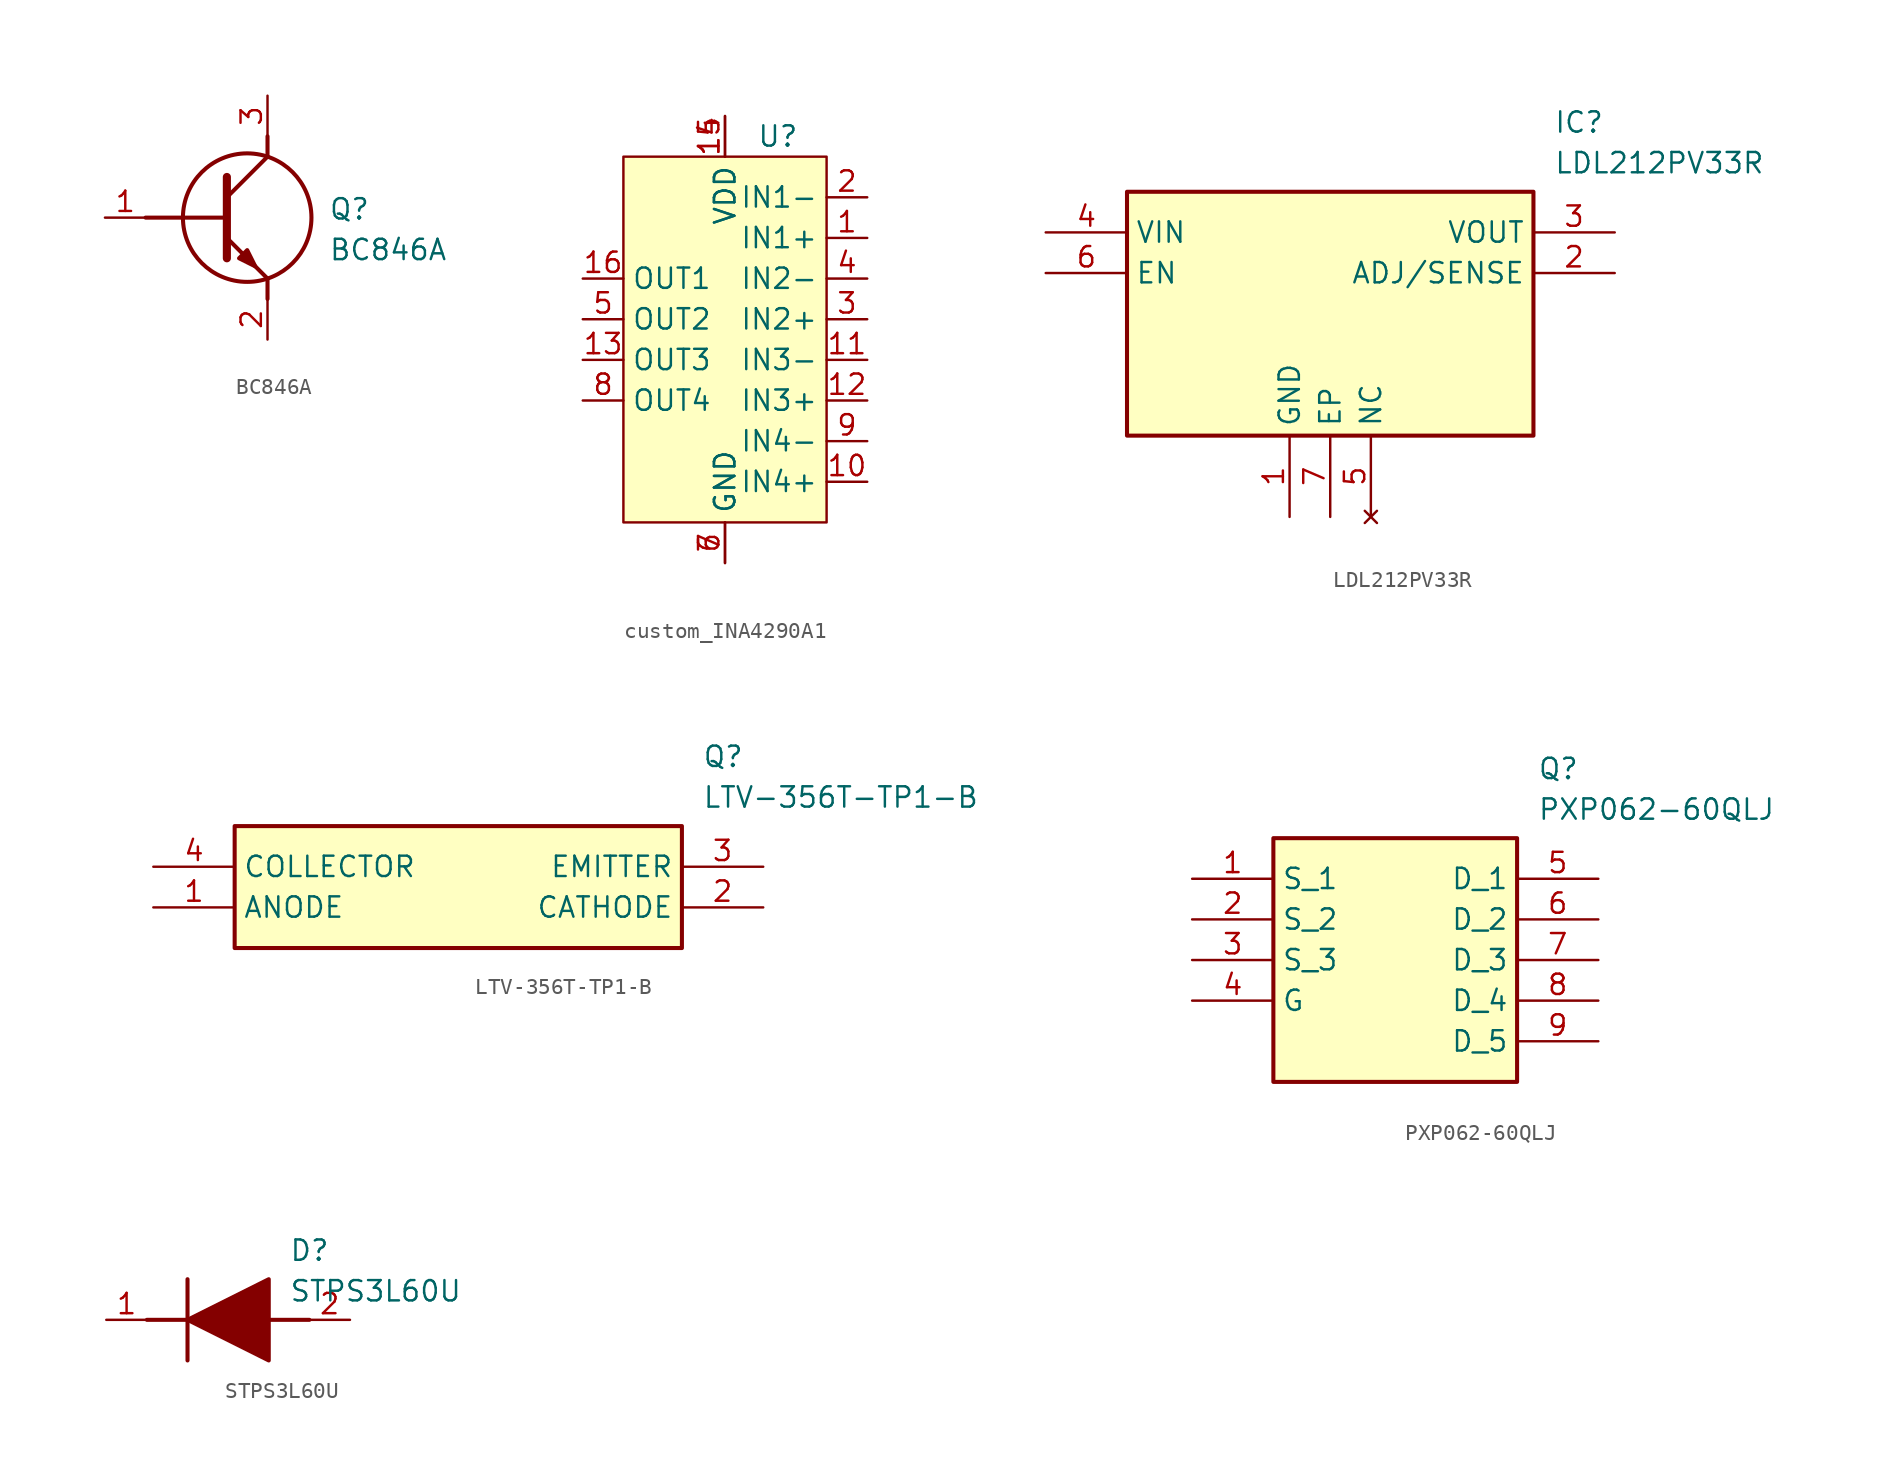
<source format=kicad_sym>
(kicad_symbol_lib
  (version 20241209)
  (generator "kicad_symbol_editor")
  (generator_version "9.0")
  (symbol "BC846A"
    (pin_names
      (hide yes))
    (property "Reference" "Q"
      (at 13.97 1.27 0)
      (effects (font (size 1.27 1.27)) (justify left top)))
    (property "Value" "BC846A"
      (at 13.97 -1.27 0)
      (effects (font (size 1.27 1.27)) (justify left top)))
    (symbol "BC846A_1_1"
      (polyline (pts (xy 2.54 0) (xy 7.62 0)) (stroke (width 0.254) (type default)) (fill (type none)))
      (polyline (pts (xy 7.62 2.54) (xy 7.62 -2.54)) (stroke (width 0.508) (type default)) (fill (type none)))
      (polyline (pts (xy 7.62 1.27) (xy 10.16 3.81)) (stroke (width 0.254) (type default)) (fill (type none)))
      (polyline (pts (xy 7.62 -1.27) (xy 10.16 -3.81)) (stroke (width 0.254) (type default)) (fill (type none)))
      (polyline (pts (xy 8.382 -2.54) (xy 8.89 -2.032) (xy 9.398 -3.048) (xy 8.382 -2.54)) (stroke (width 0.254) (type default)) (fill (type outline)))
      (circle (center 8.89 0) (radius 4.016) (stroke (width 0.254) (type default)) (fill (type none)))
      (polyline (pts (xy 10.16 3.81) (xy 10.16 5.08)) (stroke (width 0.254) (type default)) (fill (type none)))
      (polyline (pts (xy 10.16 -3.81) (xy 10.16 -5.08)) (stroke (width 0.254) (type default)) (fill (type none)))
      (pin passive line (at 0 0 0) (length 2.54) (name "B" (effects (font (size 1.27 1.27)))) (number "1" (effects (font (size 1.27 1.27)))))
      (pin passive line (at 10.16 7.62 270) (length 2.54) (name "C" (effects (font (size 1.27 1.27)))) (number "3" (effects (font (size 1.27 1.27)))))
      (pin passive line (at 10.16 -7.62 90) (length 2.54) (name "E" (effects (font (size 1.27 1.27)))) (number "2" (effects (font (size 1.27 1.27)))))))
  (symbol "custom_INA4290A1"
    (property "Reference" "U"
      (at 3.302 12.7 0)
      (effects (font (size 1.27 1.27))))
    (property "Value" ""
      (at 0 0 0)
      (effects (font (size 1.27 1.27))))
    (symbol "custom_INA4290A1_1_1"
      (rectangle (start -6.35 11.43) (end 6.35 -11.43) (stroke (width 0) (type solid)) (fill (type background)))
      (pin passive line (at -8.89 3.81 0) (length 2.54) (name "OUT1" (effects (font (size 1.27 1.27)))) (number "16" (effects (font (size 1.27 1.27)))))
      (pin passive line (at -8.89 1.27 0) (length 2.54) (name "OUT2" (effects (font (size 1.27 1.27)))) (number "5" (effects (font (size 1.27 1.27)))))
      (pin passive line (at -8.89 -1.27 0) (length 2.54) (name "OUT3" (effects (font (size 1.27 1.27)))) (number "13" (effects (font (size 1.27 1.27)))))
      (pin passive line (at -8.89 -3.81 0) (length 2.54) (name "OUT4" (effects (font (size 1.27 1.27)))) (number "8" (effects (font (size 1.27 1.27)))))
      (pin passive line (at 0 13.97 270) (length 2.54) (name "VDD" (effects (font (size 1.27 1.27)))) (number "14" (effects (font (size 1.27 1.27)))))
      (pin passive line (at 0 13.97 270) (length 2.54) (name "VDD" (effects (font (size 1.27 1.27)))) (number "15" (effects (font (size 1.27 1.27)))))
      (pin passive line (at 0 -13.97 90) (length 2.54) (name "GND" (effects (font (size 1.27 1.27)))) (number "6" (effects (font (size 1.27 1.27)))))
      (pin passive line (at 0 -13.97 90) (length 2.54) (name "GND" (effects (font (size 1.27 1.27)))) (number "7" (effects (font (size 1.27 1.27)))))
      (pin passive line (at 8.89 8.89 180) (length 2.54) (name "IN1-" (effects (font (size 1.27 1.27)))) (number "2" (effects (font (size 1.27 1.27)))))
      (pin passive line (at 8.89 6.35 180) (length 2.54) (name "IN1+" (effects (font (size 1.27 1.27)))) (number "1" (effects (font (size 1.27 1.27)))))
      (pin passive line (at 8.89 3.81 180) (length 2.54) (name "IN2-" (effects (font (size 1.27 1.27)))) (number "4" (effects (font (size 1.27 1.27)))))
      (pin passive line (at 8.89 1.27 180) (length 2.54) (name "IN2+" (effects (font (size 1.27 1.27)))) (number "3" (effects (font (size 1.27 1.27)))))
      (pin passive line (at 8.89 -1.27 180) (length 2.54) (name "IN3-" (effects (font (size 1.27 1.27)))) (number "11" (effects (font (size 1.27 1.27)))))
      (pin passive line (at 8.89 -3.81 180) (length 2.54) (name "IN3+" (effects (font (size 1.27 1.27)))) (number "12" (effects (font (size 1.27 1.27)))))
      (pin passive line (at 8.89 -6.35 180) (length 2.54) (name "IN4-" (effects (font (size 1.27 1.27)))) (number "9" (effects (font (size 1.27 1.27)))))
      (pin passive line (at 8.89 -8.89 180) (length 2.54) (name "IN4+" (effects (font (size 1.27 1.27)))) (number "10" (effects (font (size 1.27 1.27)))))))
  (symbol "LDL212PV33R"
    (property "Reference" "IC"
      (at 31.75 7.62 0)
      (effects (font (size 1.27 1.27)) (justify left top)))
    (property "Value" "LDL212PV33R"
      (at 31.75 5.08 0)
      (effects (font (size 1.27 1.27)) (justify left top)))
    (symbol "LDL212PV33R_1_1"
      (rectangle (start 5.08 2.54) (end 30.48 -12.7) (stroke (width 0.254) (type default)) (fill (type background)))
      (pin passive line (at 0 0 0) (length 5.08) (name "VIN" (effects (font (size 1.27 1.27)))) (number "4" (effects (font (size 1.27 1.27)))))
      (pin passive line (at 0 -2.54 0) (length 5.08) (name "EN" (effects (font (size 1.27 1.27)))) (number "6" (effects (font (size 1.27 1.27)))))
      (pin passive line (at 15.24 -17.78 90) (length 5.08) (name "GND" (effects (font (size 1.27 1.27)))) (number "1" (effects (font (size 1.27 1.27)))))
      (pin passive line (at 17.78 -17.78 90) (length 5.08) (name "EP" (effects (font (size 1.27 1.27)))) (number "7" (effects (font (size 1.27 1.27)))))
      (pin no_connect line (at 20.32 -17.78 90) (length 5.08) (name "NC" (effects (font (size 1.27 1.27)))) (number "5" (effects (font (size 1.27 1.27)))))
      (pin passive line (at 35.56 0 180) (length 5.08) (name "VOUT" (effects (font (size 1.27 1.27)))) (number "3" (effects (font (size 1.27 1.27)))))
      (pin passive line (at 35.56 -2.54 180) (length 5.08) (name "ADJ/SENSE" (effects (font (size 1.27 1.27)))) (number "2" (effects (font (size 1.27 1.27)))))))
  (symbol "LTV-356T-TP1-B"
    (property "Reference" "Q"
      (at 34.29 7.62 0)
      (effects (font (size 1.27 1.27)) (justify left top)))
    (property "Value" "LTV-356T-TP1-B"
      (at 34.29 5.08 0)
      (effects (font (size 1.27 1.27)) (justify left top)))
    (symbol "LTV-356T-TP1-B_1_1"
      (rectangle (start 5.08 2.54) (end 33.02 -5.08) (stroke (width 0.254) (type default)) (fill (type background)))
      (pin passive line (at 0 0 0) (length 5.08) (name "COLLECTOR" (effects (font (size 1.27 1.27)))) (number "4" (effects (font (size 1.27 1.27)))))
      (pin passive line (at 0 -2.54 0) (length 5.08) (name "ANODE" (effects (font (size 1.27 1.27)))) (number "1" (effects (font (size 1.27 1.27)))))
      (pin passive line (at 38.1 0 180) (length 5.08) (name "EMITTER" (effects (font (size 1.27 1.27)))) (number "3" (effects (font (size 1.27 1.27)))))
      (pin passive line (at 38.1 -2.54 180) (length 5.08) (name "CATHODE" (effects (font (size 1.27 1.27)))) (number "2" (effects (font (size 1.27 1.27)))))))
  (symbol "PXP062-60QLJ"
    (property "Reference" "Q"
      (at 21.59 7.62 0)
      (effects (font (size 1.27 1.27)) (justify left top)))
    (property "Value" "PXP062-60QLJ"
      (at 21.59 5.08 0)
      (effects (font (size 1.27 1.27)) (justify left top)))
    (symbol "PXP062-60QLJ_1_1"
      (rectangle (start 5.08 2.54) (end 20.32 -12.7) (stroke (width 0.254) (type default)) (fill (type background)))
      (pin passive line (at 0 0 0) (length 5.08) (name "S_1" (effects (font (size 1.27 1.27)))) (number "1" (effects (font (size 1.27 1.27)))))
      (pin passive line (at 0 -2.54 0) (length 5.08) (name "S_2" (effects (font (size 1.27 1.27)))) (number "2" (effects (font (size 1.27 1.27)))))
      (pin passive line (at 0 -5.08 0) (length 5.08) (name "S_3" (effects (font (size 1.27 1.27)))) (number "3" (effects (font (size 1.27 1.27)))))
      (pin passive line (at 0 -7.62 0) (length 5.08) (name "G" (effects (font (size 1.27 1.27)))) (number "4" (effects (font (size 1.27 1.27)))))
      (pin passive line (at 25.4 0 180) (length 5.08) (name "D_1" (effects (font (size 1.27 1.27)))) (number "5" (effects (font (size 1.27 1.27)))))
      (pin passive line (at 25.4 -2.54 180) (length 5.08) (name "D_2" (effects (font (size 1.27 1.27)))) (number "6" (effects (font (size 1.27 1.27)))))
      (pin passive line (at 25.4 -5.08 180) (length 5.08) (name "D_3" (effects (font (size 1.27 1.27)))) (number "7" (effects (font (size 1.27 1.27)))))
      (pin passive line (at 25.4 -7.62 180) (length 5.08) (name "D_4" (effects (font (size 1.27 1.27)))) (number "8" (effects (font (size 1.27 1.27)))))
      (pin passive line (at 25.4 -10.16 180) (length 5.08) (name "D_5" (effects (font (size 1.27 1.27)))) (number "9" (effects (font (size 1.27 1.27)))))))
  (symbol "STPS3L60U"
    (pin_names
      (hide yes))
    (property "Reference" "D"
      (at 11.43 5.08 0)
      (effects (font (size 1.27 1.27)) (justify left top)))
    (property "Value" "STPS3L60U"
      (at 11.43 2.54 0)
      (effects (font (size 1.27 1.27)) (justify left top)))
    (symbol "STPS3L60U_1_1"
      (polyline (pts (xy 2.54 0) (xy 5.08 0)) (stroke (width 0.254) (type default)) (fill (type none)))
      (polyline (pts (xy 5.08 2.54) (xy 5.08 -2.54)) (stroke (width 0.254) (type default)) (fill (type none)))
      (polyline (pts (xy 5.08 0) (xy 10.16 2.54) (xy 10.16 -2.54) (xy 5.08 0)) (stroke (width 0.254) (type default)) (fill (type outline)))
      (polyline (pts (xy 10.16 0) (xy 12.7 0)) (stroke (width 0.254) (type default)) (fill (type none)))
      (pin passive line (at 0 0 0) (length 2.54) (name "K" (effects (font (size 1.27 1.27)))) (number "1" (effects (font (size 1.27 1.27)))))
      (pin passive line (at 15.24 0 180) (length 2.54) (name "A" (effects (font (size 1.27 1.27)))) (number "2" (effects (font (size 1.27 1.27))))))))
</source>
